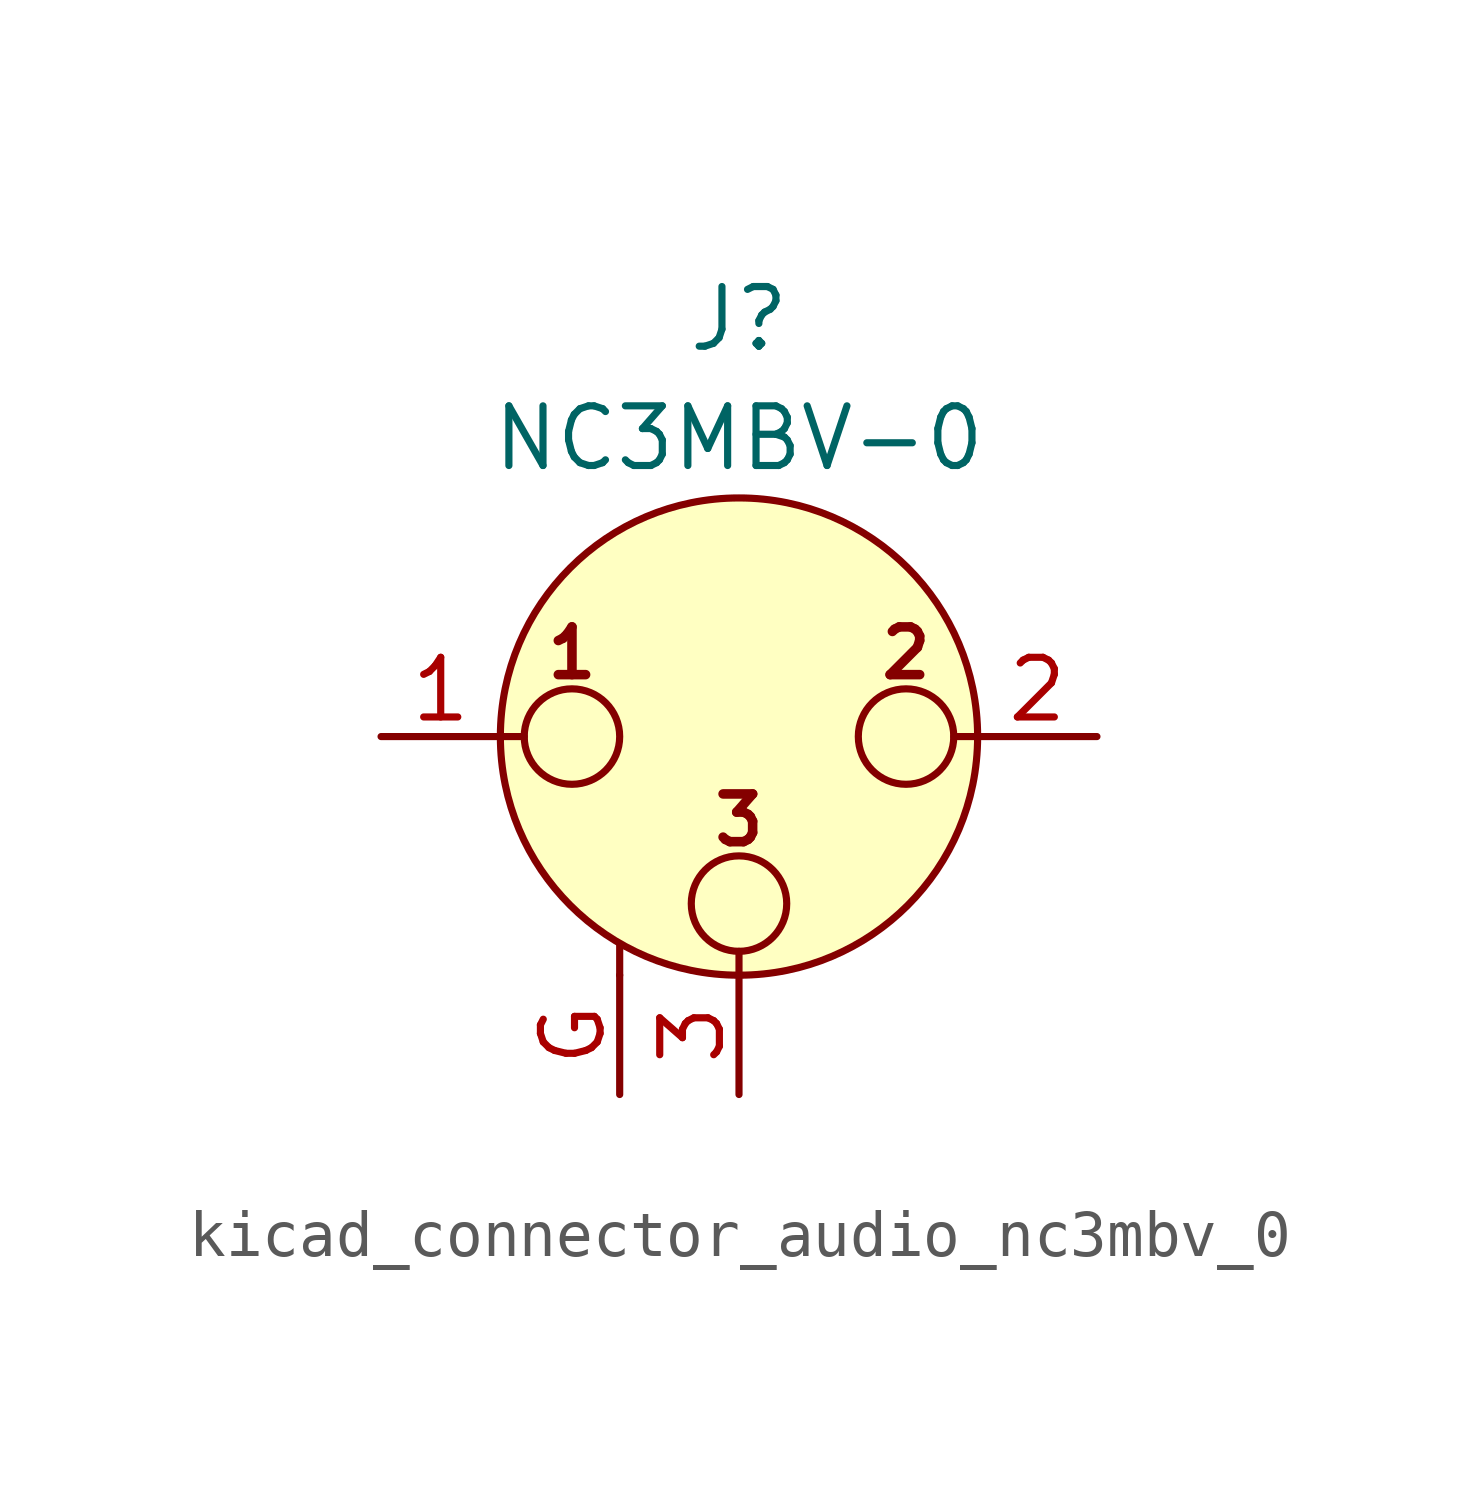
<source format=kicad_sym>
(kicad_symbol_lib
  (version 20220914)
  (generator kicad_symbol_editor)
  (symbol "kicad_connector_audio_nc3mbv_0"
    (pin_names hide)
    (property "Reference" "J"
      (at 0 8.89 0)
      (effects (font (size 1.27 1.27))))
    (property "Value" "NC3MBV-0"
      (at 0 6.35 0)
      (effects (font (size 1.27 1.27))))
    (symbol "kicad_connector_audio_nc3mbv_0_0_1"
      (circle (center -3.556 0) (radius 1.016) (stroke (width 0) (type default)) (fill (type none)))
      (circle (center 0 -3.556) (radius 1.016) (stroke (width 0) (type default)) (fill (type none)))
      (polyline (pts (xy -5.08 0) (xy -4.572 0)) (stroke (width 0) (type default)) (fill (type none)))
      (polyline (pts (xy -2.54 -5.08) (xy -2.54 -4.445)) (stroke (width 0) (type default)) (fill (type none)))
      (polyline (pts (xy 0 -5.08) (xy 0 -4.572)) (stroke (width 0) (type default)) (fill (type none)))
      (polyline (pts (xy 5.08 0) (xy 4.572 0)) (stroke (width 0) (type default)) (fill (type none)))
      (circle (center 0 0) (radius 5.08) (stroke (width 0) (type default)) (fill (type background)))
      (circle (center 3.556 0) (radius 1.016) (stroke (width 0) (type default)) (fill (type none)))
      (text "1" (at -3.556 1.778 0) (effects (font (size 1.016 1.016) bold)))
      (text "2" (at 3.556 1.778 0) (effects (font (size 1.016 1.016) bold)))
      (text "3" (at 0 -1.778 0) (effects (font (size 1.016 1.016) bold)))
      (pin passive line (at -7.62 0 0) (length 2.54) (name "~" (effects (font (size 1.27 1.27)))) (number "1" (effects (font (size 1.27 1.27)))))
      (pin passive line (at 7.62 0 180) (length 2.54) (name "~" (effects (font (size 1.27 1.27)))) (number "2" (effects (font (size 1.27 1.27)))))
      (pin passive line (at 0 -7.62 90) (length 2.54) (name "~" (effects (font (size 1.27 1.27)))) (number "3" (effects (font (size 1.27 1.27))))))
    (symbol "kicad_connector_audio_nc3mbv_0_1_1"
      (pin passive line (at -2.54 -7.62 90) (length 2.54) (name "~" (effects (font (size 1.27 1.27)))) (number "G" (effects (font (size 1.27 1.27))))))))
</source>
